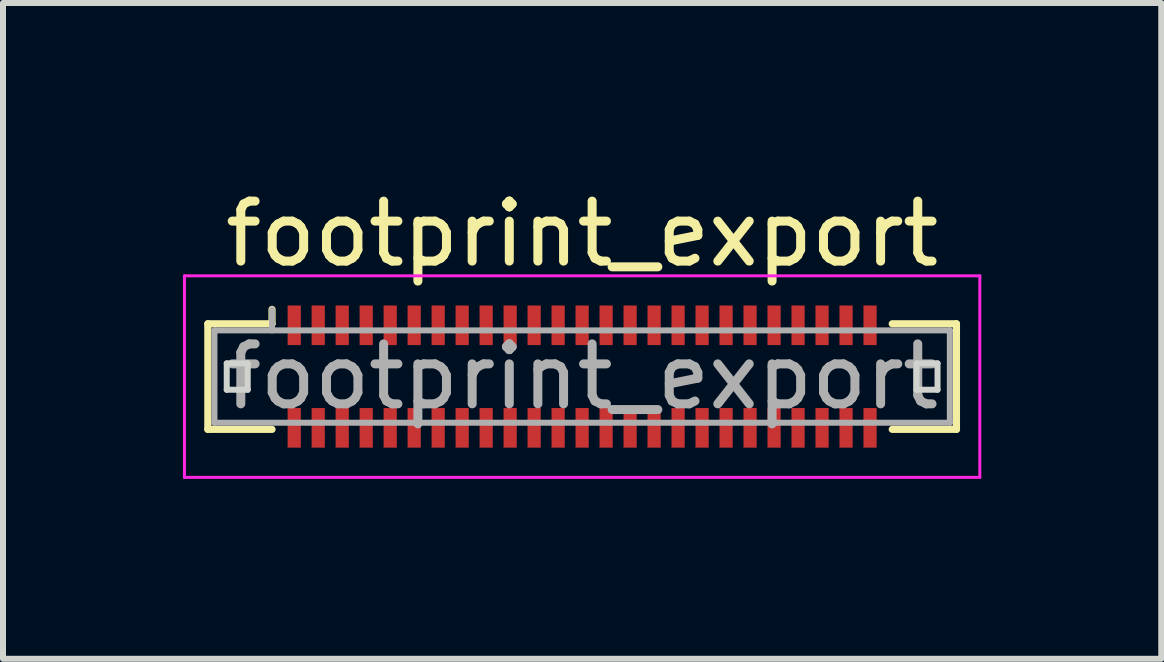
<source format=kicad_pcb>
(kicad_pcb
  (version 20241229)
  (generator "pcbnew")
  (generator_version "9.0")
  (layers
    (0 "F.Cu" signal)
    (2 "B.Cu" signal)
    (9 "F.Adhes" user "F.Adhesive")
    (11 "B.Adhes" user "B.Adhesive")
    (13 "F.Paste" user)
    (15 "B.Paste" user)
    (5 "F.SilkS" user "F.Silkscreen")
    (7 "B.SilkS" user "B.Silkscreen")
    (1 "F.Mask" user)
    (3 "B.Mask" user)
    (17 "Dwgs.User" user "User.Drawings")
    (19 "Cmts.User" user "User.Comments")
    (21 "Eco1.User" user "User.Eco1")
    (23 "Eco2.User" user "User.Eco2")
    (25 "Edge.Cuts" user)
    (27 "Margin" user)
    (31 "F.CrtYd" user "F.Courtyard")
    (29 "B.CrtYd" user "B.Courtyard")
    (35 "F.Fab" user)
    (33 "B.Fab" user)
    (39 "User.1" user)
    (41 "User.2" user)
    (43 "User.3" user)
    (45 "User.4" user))
  (footprint "footprint_export"
    (layer "F.Cu")
    (at 6.655 3.228)
    (property "Reference" "footprint_export" (at 0 -2.38 0) (layer "F.SilkS") (effects (font (size 1 1) (thickness 0.15))))
    (attr smd)
    (fp_line (start -6.24 -0.88) (end -5.17 -0.88) (stroke (width 0.12) (type solid)) (layer "F.SilkS"))
    (fp_line (start -6.24 0.88) (end -6.24 -0.88) (stroke (width 0.12) (type solid)) (layer "F.SilkS"))
    (fp_line (start -5.17 -0.88) (end -5.17 -1.12) (stroke (width 0.12) (type solid)) (layer "F.SilkS"))
    (fp_line (start -5.17 0.88) (end -6.24 0.88) (stroke (width 0.12) (type solid)) (layer "F.SilkS"))
    (fp_line (start 5.17 0.88) (end 6.24 0.88) (stroke (width 0.12) (type solid)) (layer "F.SilkS"))
    (fp_line (start 6.24 -0.88) (end 5.17 -0.88) (stroke (width 0.12) (type solid)) (layer "F.SilkS"))
    (fp_line (start 6.24 0.88) (end 6.24 -0.88) (stroke (width 0.12) (type solid)) (layer "F.SilkS"))
    (fp_line (start -5.925 -0.22) (end -5.925 0.22) (stroke (width 0.1) (type solid)) (layer "Edge.Cuts"))
    (fp_line (start -5.925 0.22) (end -5.575 0.22) (stroke (width 0.1) (type solid)) (layer "Edge.Cuts"))
    (fp_line (start -5.575 -0.22) (end -5.925 -0.22) (stroke (width 0.1) (type solid)) (layer "Edge.Cuts"))
    (fp_line (start -5.575 0.22) (end -5.575 -0.22) (stroke (width 0.1) (type solid)) (layer "Edge.Cuts"))
    (fp_line (start 5.575 -0.22) (end 5.575 0.22) (stroke (width 0.1) (type solid)) (layer "Edge.Cuts"))
    (fp_line (start 5.575 0.22) (end 5.925 0.22) (stroke (width 0.1) (type solid)) (layer "Edge.Cuts"))
    (fp_line (start 5.925 -0.22) (end 5.575 -0.22) (stroke (width 0.1) (type solid)) (layer "Edge.Cuts"))
    (fp_line (start 5.925 0.22) (end 5.925 -0.22) (stroke (width 0.1) (type solid)) (layer "Edge.Cuts"))
    (fp_line (start -6.63 -1.68) (end -6.63 1.68) (stroke (width 0.05) (type solid)) (layer "F.CrtYd"))
    (fp_line (start -6.63 1.68) (end 6.63 1.68) (stroke (width 0.05) (type solid)) (layer "F.CrtYd"))
    (fp_line (start 6.63 -1.68) (end -6.63 -1.68) (stroke (width 0.05) (type solid)) (layer "F.CrtYd"))
    (fp_line (start 6.63 1.68) (end 6.63 -1.68) (stroke (width 0.05) (type solid)) (layer "F.CrtYd"))
    (fp_line (start -6.13 -0.77) (end -6.13 0.77) (stroke (width 0.1) (type solid)) (layer "F.Fab"))
    (fp_line (start -6.13 0.77) (end 6.13 0.77) (stroke (width 0.1) (type solid)) (layer "F.Fab"))
    (fp_line (start -5.17 -0.77) (end -5.17 -1.12) (stroke (width 0.1) (type solid)) (layer "F.Fab"))
    (fp_line (start 6.13 -0.77) (end -6.13 -0.77) (stroke (width 0.1) (type solid)) (layer "F.Fab"))
    (fp_line (start 6.13 0.77) (end 6.13 -0.77) (stroke (width 0.1) (type solid)) (layer "F.Fab"))
    (fp_text user "${REFERENCE}" (at 0 0 0) (layer "F.Fab") (effects (font (size 1 1) (thickness 0.15))))
    (pad "1" smd rect (at -4.8 -0.855) (size 0.22 0.66) (layers "F.Cu" "F.Mask" "F.Paste"))
    (pad "2" smd rect (at -4.8 0.855) (size 0.22 0.66) (layers "F.Cu" "F.Mask" "F.Paste"))
    (pad "3" smd rect (at -4.4 -0.855) (size 0.22 0.66) (layers "F.Cu" "F.Mask" "F.Paste"))
    (pad "4" smd rect (at -4.4 0.855) (size 0.22 0.66) (layers "F.Cu" "F.Mask" "F.Paste"))
    (pad "5" smd rect (at -4 -0.855) (size 0.22 0.66) (layers "F.Cu" "F.Mask" "F.Paste"))
    (pad "6" smd rect (at -4 0.855) (size 0.22 0.66) (layers "F.Cu" "F.Mask" "F.Paste"))
    (pad "7" smd rect (at -3.6 -0.855) (size 0.22 0.66) (layers "F.Cu" "F.Mask" "F.Paste"))
    (pad "8" smd rect (at -3.6 0.855) (size 0.22 0.66) (layers "F.Cu" "F.Mask" "F.Paste"))
    (pad "9" smd rect (at -3.2 -0.855) (size 0.22 0.66) (layers "F.Cu" "F.Mask" "F.Paste"))
    (pad "10" smd rect (at -3.2 0.855) (size 0.22 0.66) (layers "F.Cu" "F.Mask" "F.Paste"))
    (pad "11" smd rect (at -2.8 -0.855) (size 0.22 0.66) (layers "F.Cu" "F.Mask" "F.Paste"))
    (pad "12" smd rect (at -2.8 0.855) (size 0.22 0.66) (layers "F.Cu" "F.Mask" "F.Paste"))
    (pad "13" smd rect (at -2.4 -0.855) (size 0.22 0.66) (layers "F.Cu" "F.Mask" "F.Paste"))
    (pad "14" smd rect (at -2.4 0.855) (size 0.22 0.66) (layers "F.Cu" "F.Mask" "F.Paste"))
    (pad "15" smd rect (at -2 -0.855) (size 0.22 0.66) (layers "F.Cu" "F.Mask" "F.Paste"))
    (pad "16" smd rect (at -2 0.855) (size 0.22 0.66) (layers "F.Cu" "F.Mask" "F.Paste"))
    (pad "17" smd rect (at -1.6 -0.855) (size 0.22 0.66) (layers "F.Cu" "F.Mask" "F.Paste"))
    (pad "18" smd rect (at -1.6 0.855) (size 0.22 0.66) (layers "F.Cu" "F.Mask" "F.Paste"))
    (pad "19" smd rect (at -1.2 -0.855) (size 0.22 0.66) (layers "F.Cu" "F.Mask" "F.Paste"))
    (pad "20" smd rect (at -1.2 0.855) (size 0.22 0.66) (layers "F.Cu" "F.Mask" "F.Paste"))
    (pad "21" smd rect (at -0.8 -0.855) (size 0.22 0.66) (layers "F.Cu" "F.Mask" "F.Paste"))
    (pad "22" smd rect (at -0.8 0.855) (size 0.22 0.66) (layers "F.Cu" "F.Mask" "F.Paste"))
    (pad "23" smd rect (at -0.4 -0.855) (size 0.22 0.66) (layers "F.Cu" "F.Mask" "F.Paste"))
    (pad "24" smd rect (at -0.4 0.855) (size 0.22 0.66) (layers "F.Cu" "F.Mask" "F.Paste"))
    (pad "25" smd rect (at 0 -0.855) (size 0.22 0.66) (layers "F.Cu" "F.Mask" "F.Paste"))
    (pad "26" smd rect (at 0 0.855) (size 0.22 0.66) (layers "F.Cu" "F.Mask" "F.Paste"))
    (pad "27" smd rect (at 0.4 -0.855) (size 0.22 0.66) (layers "F.Cu" "F.Mask" "F.Paste"))
    (pad "28" smd rect (at 0.4 0.855) (size 0.22 0.66) (layers "F.Cu" "F.Mask" "F.Paste"))
    (pad "29" smd rect (at 0.8 -0.855) (size 0.22 0.66) (layers "F.Cu" "F.Mask" "F.Paste"))
    (pad "30" smd rect (at 0.8 0.855) (size 0.22 0.66) (layers "F.Cu" "F.Mask" "F.Paste"))
    (pad "31" smd rect (at 1.2 -0.855) (size 0.22 0.66) (layers "F.Cu" "F.Mask" "F.Paste"))
    (pad "32" smd rect (at 1.2 0.855) (size 0.22 0.66) (layers "F.Cu" "F.Mask" "F.Paste"))
    (pad "33" smd rect (at 1.6 -0.855) (size 0.22 0.66) (layers "F.Cu" "F.Mask" "F.Paste"))
    (pad "34" smd rect (at 1.6 0.855) (size 0.22 0.66) (layers "F.Cu" "F.Mask" "F.Paste"))
    (pad "35" smd rect (at 2 -0.855) (size 0.22 0.66) (layers "F.Cu" "F.Mask" "F.Paste"))
    (pad "36" smd rect (at 2 0.855) (size 0.22 0.66) (layers "F.Cu" "F.Mask" "F.Paste"))
    (pad "37" smd rect (at 2.4 -0.855) (size 0.22 0.66) (layers "F.Cu" "F.Mask" "F.Paste"))
    (pad "38" smd rect (at 2.4 0.855) (size 0.22 0.66) (layers "F.Cu" "F.Mask" "F.Paste"))
    (pad "39" smd rect (at 2.8 -0.855) (size 0.22 0.66) (layers "F.Cu" "F.Mask" "F.Paste"))
    (pad "40" smd rect (at 2.8 0.855) (size 0.22 0.66) (layers "F.Cu" "F.Mask" "F.Paste"))
    (pad "41" smd rect (at 3.2 -0.855) (size 0.22 0.66) (layers "F.Cu" "F.Mask" "F.Paste"))
    (pad "42" smd rect (at 3.2 0.855) (size 0.22 0.66) (layers "F.Cu" "F.Mask" "F.Paste"))
    (pad "43" smd rect (at 3.6 -0.855) (size 0.22 0.66) (layers "F.Cu" "F.Mask" "F.Paste"))
    (pad "44" smd rect (at 3.6 0.855) (size 0.22 0.66) (layers "F.Cu" "F.Mask" "F.Paste"))
    (pad "45" smd rect (at 4 -0.855) (size 0.22 0.66) (layers "F.Cu" "F.Mask" "F.Paste"))
    (pad "46" smd rect (at 4 0.855) (size 0.22 0.66) (layers "F.Cu" "F.Mask" "F.Paste"))
    (pad "47" smd rect (at 4.4 -0.855) (size 0.22 0.66) (layers "F.Cu" "F.Mask" "F.Paste"))
    (pad "48" smd rect (at 4.4 0.855) (size 0.22 0.66) (layers "F.Cu" "F.Mask" "F.Paste"))
    (pad "49" smd rect (at 4.8 -0.855) (size 0.22 0.66) (layers "F.Cu" "F.Mask" "F.Paste"))
    (pad "50" smd rect (at 4.8 0.855) (size 0.22 0.66) (layers "F.Cu" "F.Mask" "F.Paste")))
  (gr_rect
    (start -3 -3)
    (end 16.31 7.933)
    (stroke (width 0.1) (type default))
    (fill no)
    (layer "Edge.Cuts")))
</source>
